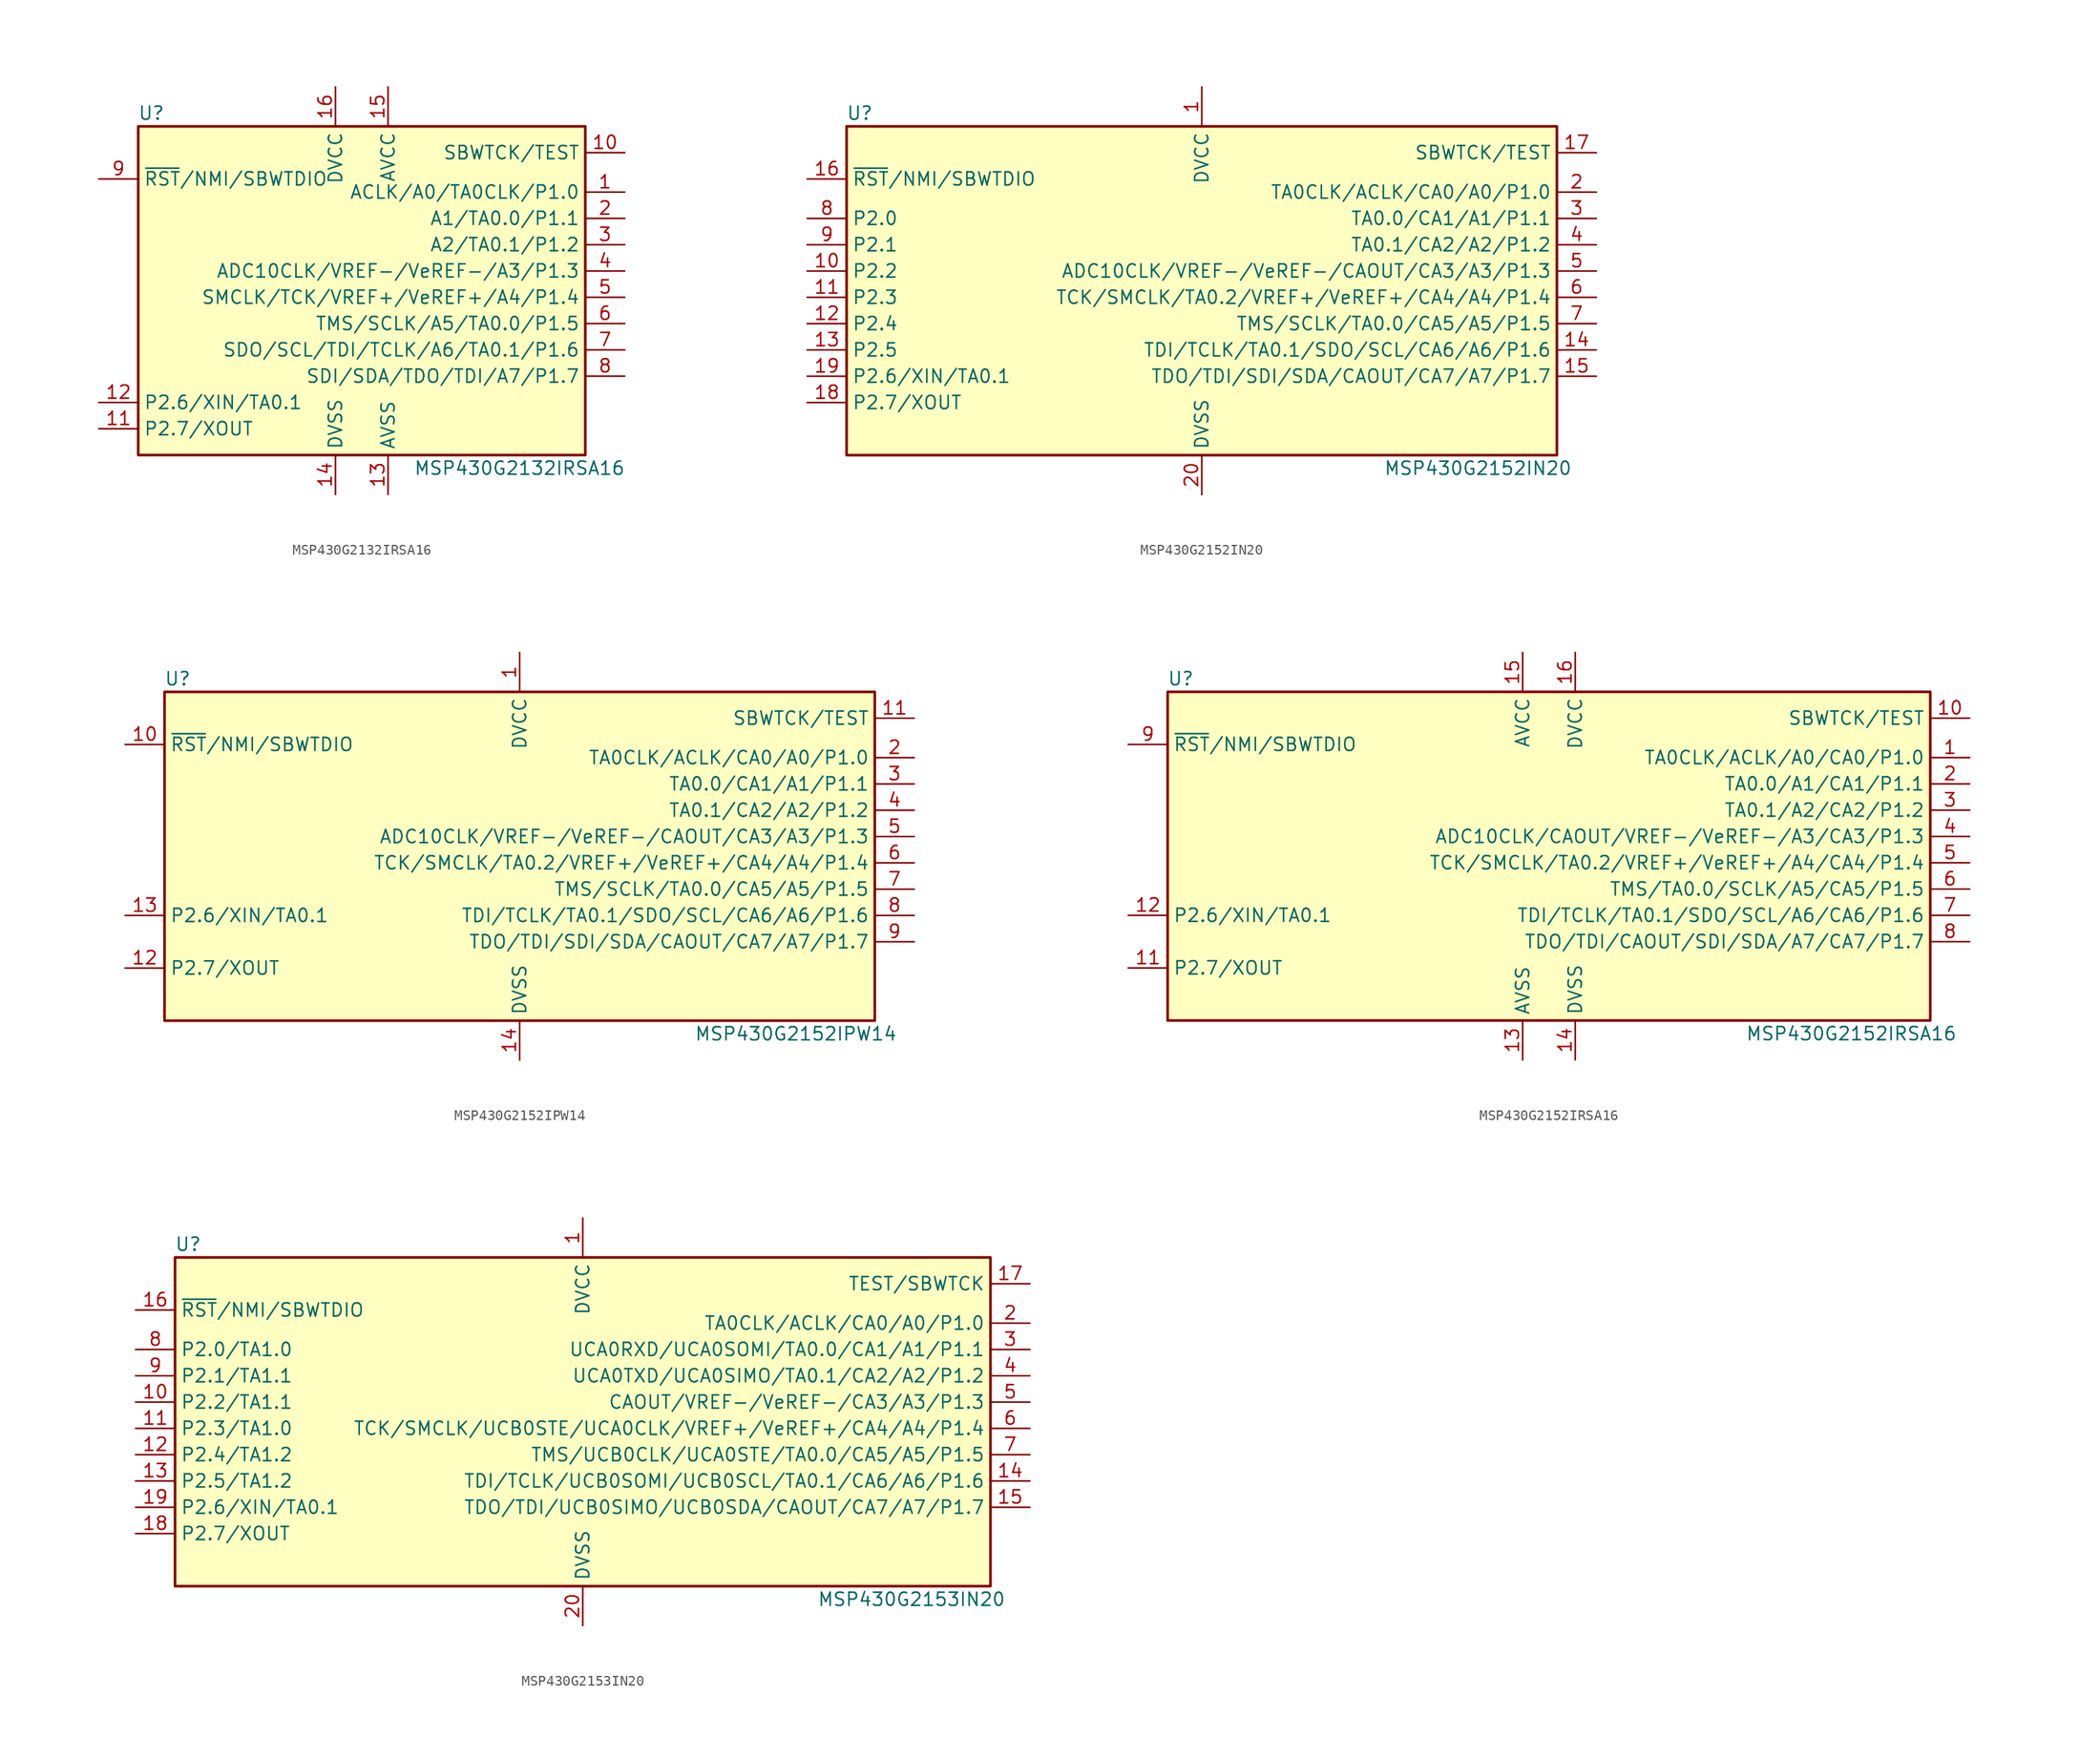
<source format=kicad_sym>
(kicad_symbol_lib
  (version 20211014)
  (generator kicad_symbol_editor)
  (symbol "MSP430G2132IRSA16"
    (property "Reference" "U"
      (at -20.32 17.78 0)
      (effects (font (size 1.27 1.27))))
    (property "Value" "MSP430G2132IRSA16"
      (at 15.24 -16.51 0)
      (effects (font (size 1.27 1.27))))
    (symbol "MSP430G2132IRSA16_0_1"
      (rectangle (start -21.59 16.51) (end 21.59 -15.24) (stroke (width 0.254) (type default) (color 0 0 0 0)) (fill (type background))))
    (symbol "MSP430G2132IRSA16_1_1"
      (pin bidirectional line (at 25.4 10.16 180) (length 3.81) (name "ACLK/A0/TA0CLK/P1.0" (effects (font (size 1.27 1.27)))) (number "1" (effects (font (size 1.27 1.27)))))
      (pin input line (at 25.4 13.97 180) (length 3.81) (name "SBWTCK/TEST" (effects (font (size 1.27 1.27)))) (number "10" (effects (font (size 1.27 1.27)))))
      (pin bidirectional line (at -25.4 -12.7 0) (length 3.81) (name "P2.7/XOUT" (effects (font (size 1.27 1.27)))) (number "11" (effects (font (size 1.27 1.27)))))
      (pin bidirectional line (at -25.4 -10.16 0) (length 3.81) (name "P2.6/XIN/TA0.1" (effects (font (size 1.27 1.27)))) (number "12" (effects (font (size 1.27 1.27)))))
      (pin power_in line (at 2.54 -19.05 90) (length 3.81) (name "AVSS" (effects (font (size 1.27 1.27)))) (number "13" (effects (font (size 1.27 1.27)))))
      (pin power_in line (at -2.54 -19.05 90) (length 3.81) (name "DVSS" (effects (font (size 1.27 1.27)))) (number "14" (effects (font (size 1.27 1.27)))))
      (pin power_in line (at 2.54 20.32 270) (length 3.81) (name "AVCC" (effects (font (size 1.27 1.27)))) (number "15" (effects (font (size 1.27 1.27)))))
      (pin power_in line (at -2.54 20.32 270) (length 3.81) (name "DVCC" (effects (font (size 1.27 1.27)))) (number "16" (effects (font (size 1.27 1.27)))))
      (pin bidirectional line (at 25.4 7.62 180) (length 3.81) (name "A1/TA0.0/P1.1" (effects (font (size 1.27 1.27)))) (number "2" (effects (font (size 1.27 1.27)))))
      (pin bidirectional line (at 25.4 5.08 180) (length 3.81) (name "A2/TA0.1/P1.2" (effects (font (size 1.27 1.27)))) (number "3" (effects (font (size 1.27 1.27)))))
      (pin bidirectional line (at 25.4 2.54 180) (length 3.81) (name "ADC10CLK/VREF-/VeREF-/A3/P1.3" (effects (font (size 1.27 1.27)))) (number "4" (effects (font (size 1.27 1.27)))))
      (pin bidirectional line (at 25.4 0 180) (length 3.81) (name "SMCLK/TCK/VREF+/VeREF+/A4/P1.4" (effects (font (size 1.27 1.27)))) (number "5" (effects (font (size 1.27 1.27)))))
      (pin bidirectional line (at 25.4 -2.54 180) (length 3.81) (name "TMS/SCLK/A5/TA0.0/P1.5" (effects (font (size 1.27 1.27)))) (number "6" (effects (font (size 1.27 1.27)))))
      (pin bidirectional line (at 25.4 -5.08 180) (length 3.81) (name "SDO/SCL/TDI/TCLK/A6/TA0.1/P1.6" (effects (font (size 1.27 1.27)))) (number "7" (effects (font (size 1.27 1.27)))))
      (pin bidirectional line (at 25.4 -7.62 180) (length 3.81) (name "SDI/SDA/TDO/TDI/A7/P1.7" (effects (font (size 1.27 1.27)))) (number "8" (effects (font (size 1.27 1.27)))))
      (pin input line (at -25.4 11.43 0) (length 3.81) (name "~{RST}/NMI/SBWTDIO" (effects (font (size 1.27 1.27)))) (number "9" (effects (font (size 1.27 1.27)))))))
  (symbol "MSP430G2152IN20"
    (property "Reference" "U"
      (at -33.02 17.78 0)
      (effects (font (size 1.27 1.27))))
    (property "Value" "MSP430G2152IN20"
      (at 26.67 -16.51 0)
      (effects (font (size 1.27 1.27))))
    (symbol "MSP430G2152IN20_0_1"
      (rectangle (start -34.29 16.51) (end 34.29 -15.24) (stroke (width 0.254) (type default) (color 0 0 0 0)) (fill (type background))))
    (symbol "MSP430G2152IN20_1_1"
      (pin power_in line (at 0 20.32 270) (length 3.81) (name "DVCC" (effects (font (size 1.27 1.27)))) (number "1" (effects (font (size 1.27 1.27)))))
      (pin bidirectional line (at -38.1 2.54 0) (length 3.81) (name "P2.2" (effects (font (size 1.27 1.27)))) (number "10" (effects (font (size 1.27 1.27)))))
      (pin bidirectional line (at -38.1 0 0) (length 3.81) (name "P2.3" (effects (font (size 1.27 1.27)))) (number "11" (effects (font (size 1.27 1.27)))))
      (pin bidirectional line (at -38.1 -2.54 0) (length 3.81) (name "P2.4" (effects (font (size 1.27 1.27)))) (number "12" (effects (font (size 1.27 1.27)))))
      (pin bidirectional line (at -38.1 -5.08 0) (length 3.81) (name "P2.5" (effects (font (size 1.27 1.27)))) (number "13" (effects (font (size 1.27 1.27)))))
      (pin bidirectional line (at 38.1 -5.08 180) (length 3.81) (name "TDI/TCLK/TA0.1/SDO/SCL/CA6/A6/P1.6" (effects (font (size 1.27 1.27)))) (number "14" (effects (font (size 1.27 1.27)))))
      (pin bidirectional line (at 38.1 -7.62 180) (length 3.81) (name "TDO/TDI/SDI/SDA/CAOUT/CA7/A7/P1.7" (effects (font (size 1.27 1.27)))) (number "15" (effects (font (size 1.27 1.27)))))
      (pin input line (at -38.1 11.43 0) (length 3.81) (name "~{RST}/NMI/SBWTDIO" (effects (font (size 1.27 1.27)))) (number "16" (effects (font (size 1.27 1.27)))))
      (pin input line (at 38.1 13.97 180) (length 3.81) (name "SBWTCK/TEST" (effects (font (size 1.27 1.27)))) (number "17" (effects (font (size 1.27 1.27)))))
      (pin bidirectional line (at -38.1 -10.16 0) (length 3.81) (name "P2.7/XOUT" (effects (font (size 1.27 1.27)))) (number "18" (effects (font (size 1.27 1.27)))))
      (pin bidirectional line (at -38.1 -7.62 0) (length 3.81) (name "P2.6/XIN/TA0.1" (effects (font (size 1.27 1.27)))) (number "19" (effects (font (size 1.27 1.27)))))
      (pin bidirectional line (at 38.1 10.16 180) (length 3.81) (name "TA0CLK/ACLK/CA0/A0/P1.0" (effects (font (size 1.27 1.27)))) (number "2" (effects (font (size 1.27 1.27)))))
      (pin power_in line (at 0 -19.05 90) (length 3.81) (name "DVSS" (effects (font (size 1.27 1.27)))) (number "20" (effects (font (size 1.27 1.27)))))
      (pin bidirectional line (at 38.1 7.62 180) (length 3.81) (name "TA0.0/CA1/A1/P1.1" (effects (font (size 1.27 1.27)))) (number "3" (effects (font (size 1.27 1.27)))))
      (pin bidirectional line (at 38.1 5.08 180) (length 3.81) (name "TA0.1/CA2/A2/P1.2" (effects (font (size 1.27 1.27)))) (number "4" (effects (font (size 1.27 1.27)))))
      (pin bidirectional line (at 38.1 2.54 180) (length 3.81) (name "ADC10CLK/VREF-/VeREF-/CAOUT/CA3/A3/P1.3" (effects (font (size 1.27 1.27)))) (number "5" (effects (font (size 1.27 1.27)))))
      (pin bidirectional line (at 38.1 0 180) (length 3.81) (name "TCK/SMCLK/TA0.2/VREF+/VeREF+/CA4/A4/P1.4" (effects (font (size 1.27 1.27)))) (number "6" (effects (font (size 1.27 1.27)))))
      (pin bidirectional line (at 38.1 -2.54 180) (length 3.81) (name "TMS/SCLK/TA0.0/CA5/A5/P1.5" (effects (font (size 1.27 1.27)))) (number "7" (effects (font (size 1.27 1.27)))))
      (pin bidirectional line (at -38.1 7.62 0) (length 3.81) (name "P2.0" (effects (font (size 1.27 1.27)))) (number "8" (effects (font (size 1.27 1.27)))))
      (pin bidirectional line (at -38.1 5.08 0) (length 3.81) (name "P2.1" (effects (font (size 1.27 1.27)))) (number "9" (effects (font (size 1.27 1.27)))))))
  (symbol "MSP430G2152IPW14"
    (property "Reference" "U"
      (at -33.02 17.78 0)
      (effects (font (size 1.27 1.27))))
    (property "Value" "MSP430G2152IPW14"
      (at 26.67 -16.51 0)
      (effects (font (size 1.27 1.27))))
    (symbol "MSP430G2152IPW14_0_1"
      (rectangle (start -34.29 16.51) (end 34.29 -15.24) (stroke (width 0.254) (type default) (color 0 0 0 0)) (fill (type background))))
    (symbol "MSP430G2152IPW14_1_1"
      (pin power_in line (at 0 20.32 270) (length 3.81) (name "DVCC" (effects (font (size 1.27 1.27)))) (number "1" (effects (font (size 1.27 1.27)))))
      (pin input line (at -38.1 11.43 0) (length 3.81) (name "~{RST}/NMI/SBWTDIO" (effects (font (size 1.27 1.27)))) (number "10" (effects (font (size 1.27 1.27)))))
      (pin input line (at 38.1 13.97 180) (length 3.81) (name "SBWTCK/TEST" (effects (font (size 1.27 1.27)))) (number "11" (effects (font (size 1.27 1.27)))))
      (pin bidirectional line (at -38.1 -10.16 0) (length 3.81) (name "P2.7/XOUT" (effects (font (size 1.27 1.27)))) (number "12" (effects (font (size 1.27 1.27)))))
      (pin bidirectional line (at -38.1 -5.08 0) (length 3.81) (name "P2.6/XIN/TA0.1" (effects (font (size 1.27 1.27)))) (number "13" (effects (font (size 1.27 1.27)))))
      (pin power_in line (at 0 -19.05 90) (length 3.81) (name "DVSS" (effects (font (size 1.27 1.27)))) (number "14" (effects (font (size 1.27 1.27)))))
      (pin bidirectional line (at 38.1 10.16 180) (length 3.81) (name "TA0CLK/ACLK/CA0/A0/P1.0" (effects (font (size 1.27 1.27)))) (number "2" (effects (font (size 1.27 1.27)))))
      (pin bidirectional line (at 38.1 7.62 180) (length 3.81) (name "TA0.0/CA1/A1/P1.1" (effects (font (size 1.27 1.27)))) (number "3" (effects (font (size 1.27 1.27)))))
      (pin bidirectional line (at 38.1 5.08 180) (length 3.81) (name "TA0.1/CA2/A2/P1.2" (effects (font (size 1.27 1.27)))) (number "4" (effects (font (size 1.27 1.27)))))
      (pin bidirectional line (at 38.1 2.54 180) (length 3.81) (name "ADC10CLK/VREF-/VeREF-/CAOUT/CA3/A3/P1.3" (effects (font (size 1.27 1.27)))) (number "5" (effects (font (size 1.27 1.27)))))
      (pin bidirectional line (at 38.1 0 180) (length 3.81) (name "TCK/SMCLK/TA0.2/VREF+/VeREF+/CA4/A4/P1.4" (effects (font (size 1.27 1.27)))) (number "6" (effects (font (size 1.27 1.27)))))
      (pin bidirectional line (at 38.1 -2.54 180) (length 3.81) (name "TMS/SCLK/TA0.0/CA5/A5/P1.5" (effects (font (size 1.27 1.27)))) (number "7" (effects (font (size 1.27 1.27)))))
      (pin bidirectional line (at 38.1 -5.08 180) (length 3.81) (name "TDI/TCLK/TA0.1/SDO/SCL/CA6/A6/P1.6" (effects (font (size 1.27 1.27)))) (number "8" (effects (font (size 1.27 1.27)))))
      (pin bidirectional line (at 38.1 -7.62 180) (length 3.81) (name "TDO/TDI/SDI/SDA/CAOUT/CA7/A7/P1.7" (effects (font (size 1.27 1.27)))) (number "9" (effects (font (size 1.27 1.27)))))))
  (symbol "MSP430G2152IRSA16"
    (property "Reference" "U"
      (at -35.56 17.78 0)
      (effects (font (size 1.27 1.27))))
    (property "Value" "MSP430G2152IRSA16"
      (at 29.21 -16.51 0)
      (effects (font (size 1.27 1.27))))
    (symbol "MSP430G2152IRSA16_0_1"
      (rectangle (start -36.83 16.51) (end 36.83 -15.24) (stroke (width 0.254) (type default) (color 0 0 0 0)) (fill (type background))))
    (symbol "MSP430G2152IRSA16_1_1"
      (pin bidirectional line (at 40.64 10.16 180) (length 3.81) (name "TA0CLK/ACLK/A0/CA0/P1.0" (effects (font (size 1.27 1.27)))) (number "1" (effects (font (size 1.27 1.27)))))
      (pin input line (at 40.64 13.97 180) (length 3.81) (name "SBWTCK/TEST" (effects (font (size 1.27 1.27)))) (number "10" (effects (font (size 1.27 1.27)))))
      (pin bidirectional line (at -40.64 -10.16 0) (length 3.81) (name "P2.7/XOUT" (effects (font (size 1.27 1.27)))) (number "11" (effects (font (size 1.27 1.27)))))
      (pin bidirectional line (at -40.64 -5.08 0) (length 3.81) (name "P2.6/XIN/TA0.1" (effects (font (size 1.27 1.27)))) (number "12" (effects (font (size 1.27 1.27)))))
      (pin power_in line (at -2.54 -19.05 90) (length 3.81) (name "AVSS" (effects (font (size 1.27 1.27)))) (number "13" (effects (font (size 1.27 1.27)))))
      (pin power_in line (at 2.54 -19.05 90) (length 3.81) (name "DVSS" (effects (font (size 1.27 1.27)))) (number "14" (effects (font (size 1.27 1.27)))))
      (pin power_in line (at -2.54 20.32 270) (length 3.81) (name "AVCC" (effects (font (size 1.27 1.27)))) (number "15" (effects (font (size 1.27 1.27)))))
      (pin power_in line (at 2.54 20.32 270) (length 3.81) (name "DVCC" (effects (font (size 1.27 1.27)))) (number "16" (effects (font (size 1.27 1.27)))))
      (pin bidirectional line (at 40.64 7.62 180) (length 3.81) (name "TA0.0/A1/CA1/P1.1" (effects (font (size 1.27 1.27)))) (number "2" (effects (font (size 1.27 1.27)))))
      (pin bidirectional line (at 40.64 5.08 180) (length 3.81) (name "TA0.1/A2/CA2/P1.2" (effects (font (size 1.27 1.27)))) (number "3" (effects (font (size 1.27 1.27)))))
      (pin bidirectional line (at 40.64 2.54 180) (length 3.81) (name "ADC10CLK/CAOUT/VREF-/VeREF-/A3/CA3/P1.3" (effects (font (size 1.27 1.27)))) (number "4" (effects (font (size 1.27 1.27)))))
      (pin bidirectional line (at 40.64 0 180) (length 3.81) (name "TCK/SMCLK/TA0.2/VREF+/VeREF+/A4/CA4/P1.4" (effects (font (size 1.27 1.27)))) (number "5" (effects (font (size 1.27 1.27)))))
      (pin bidirectional line (at 40.64 -2.54 180) (length 3.81) (name "TMS/TA0.0/SCLK/A5/CA5/P1.5" (effects (font (size 1.27 1.27)))) (number "6" (effects (font (size 1.27 1.27)))))
      (pin bidirectional line (at 40.64 -5.08 180) (length 3.81) (name "TDI/TCLK/TA0.1/SDO/SCL/A6/CA6/P1.6" (effects (font (size 1.27 1.27)))) (number "7" (effects (font (size 1.27 1.27)))))
      (pin bidirectional line (at 40.64 -7.62 180) (length 3.81) (name "TDO/TDI/CAOUT/SDI/SDA/A7/CA7/P1.7" (effects (font (size 1.27 1.27)))) (number "8" (effects (font (size 1.27 1.27)))))
      (pin input line (at -40.64 11.43 0) (length 3.81) (name "~{RST}/NMI/SBWTDIO" (effects (font (size 1.27 1.27)))) (number "9" (effects (font (size 1.27 1.27)))))))
  (symbol "MSP430G2153IN20"
    (property "Reference" "U"
      (at -38.1 17.78 0)
      (effects (font (size 1.27 1.27))))
    (property "Value" "MSP430G2153IN20"
      (at 31.75 -16.51 0)
      (effects (font (size 1.27 1.27))))
    (symbol "MSP430G2153IN20_0_1"
      (rectangle (start -39.37 16.51) (end 39.37 -15.24) (stroke (width 0.254) (type default) (color 0 0 0 0)) (fill (type background))))
    (symbol "MSP430G2153IN20_1_1"
      (pin power_in line (at 0 20.32 270) (length 3.81) (name "DVCC" (effects (font (size 1.27 1.27)))) (number "1" (effects (font (size 1.27 1.27)))))
      (pin bidirectional line (at -43.18 2.54 0) (length 3.81) (name "P2.2/TA1.1" (effects (font (size 1.27 1.27)))) (number "10" (effects (font (size 1.27 1.27)))))
      (pin bidirectional line (at -43.18 0 0) (length 3.81) (name "P2.3/TA1.0" (effects (font (size 1.27 1.27)))) (number "11" (effects (font (size 1.27 1.27)))))
      (pin bidirectional line (at -43.18 -2.54 0) (length 3.81) (name "P2.4/TA1.2" (effects (font (size 1.27 1.27)))) (number "12" (effects (font (size 1.27 1.27)))))
      (pin bidirectional line (at -43.18 -5.08 0) (length 3.81) (name "P2.5/TA1.2" (effects (font (size 1.27 1.27)))) (number "13" (effects (font (size 1.27 1.27)))))
      (pin bidirectional line (at 43.18 -5.08 180) (length 3.81) (name "TDI/TCLK/UCB0SOMI/UCB0SCL/TA0.1/CA6/A6/P1.6" (effects (font (size 1.27 1.27)))) (number "14" (effects (font (size 1.27 1.27)))))
      (pin bidirectional line (at 43.18 -7.62 180) (length 3.81) (name "TDO/TDI/UCB0SIMO/UCB0SDA/CAOUT/CA7/A7/P1.7" (effects (font (size 1.27 1.27)))) (number "15" (effects (font (size 1.27 1.27)))))
      (pin input line (at -43.18 11.43 0) (length 3.81) (name "~{RST}/NMI/SBWTDIO" (effects (font (size 1.27 1.27)))) (number "16" (effects (font (size 1.27 1.27)))))
      (pin input line (at 43.18 13.97 180) (length 3.81) (name "TEST/SBWTCK" (effects (font (size 1.27 1.27)))) (number "17" (effects (font (size 1.27 1.27)))))
      (pin bidirectional line (at -43.18 -10.16 0) (length 3.81) (name "P2.7/XOUT" (effects (font (size 1.27 1.27)))) (number "18" (effects (font (size 1.27 1.27)))))
      (pin bidirectional line (at -43.18 -7.62 0) (length 3.81) (name "P2.6/XIN/TA0.1" (effects (font (size 1.27 1.27)))) (number "19" (effects (font (size 1.27 1.27)))))
      (pin bidirectional line (at 43.18 10.16 180) (length 3.81) (name "TA0CLK/ACLK/CA0/A0/P1.0" (effects (font (size 1.27 1.27)))) (number "2" (effects (font (size 1.27 1.27)))))
      (pin power_in line (at 0 -19.05 90) (length 3.81) (name "DVSS" (effects (font (size 1.27 1.27)))) (number "20" (effects (font (size 1.27 1.27)))))
      (pin bidirectional line (at 43.18 7.62 180) (length 3.81) (name "UCA0RXD/UCA0SOMI/TA0.0/CA1/A1/P1.1" (effects (font (size 1.27 1.27)))) (number "3" (effects (font (size 1.27 1.27)))))
      (pin bidirectional line (at 43.18 5.08 180) (length 3.81) (name "UCA0TXD/UCA0SIMO/TA0.1/CA2/A2/P1.2" (effects (font (size 1.27 1.27)))) (number "4" (effects (font (size 1.27 1.27)))))
      (pin bidirectional line (at 43.18 2.54 180) (length 3.81) (name "CAOUT/VREF-/VeREF-/CA3/A3/P1.3" (effects (font (size 1.27 1.27)))) (number "5" (effects (font (size 1.27 1.27)))))
      (pin bidirectional line (at 43.18 0 180) (length 3.81) (name "TCK/SMCLK/UCB0STE/UCA0CLK/VREF+/VeREF+/CA4/A4/P1.4" (effects (font (size 1.27 1.27)))) (number "6" (effects (font (size 1.27 1.27)))))
      (pin bidirectional line (at 43.18 -2.54 180) (length 3.81) (name "TMS/UCB0CLK/UCA0STE/TA0.0/CA5/A5/P1.5" (effects (font (size 1.27 1.27)))) (number "7" (effects (font (size 1.27 1.27)))))
      (pin bidirectional line (at -43.18 7.62 0) (length 3.81) (name "P2.0/TA1.0" (effects (font (size 1.27 1.27)))) (number "8" (effects (font (size 1.27 1.27)))))
      (pin bidirectional line (at -43.18 5.08 0) (length 3.81) (name "P2.1/TA1.1" (effects (font (size 1.27 1.27)))) (number "9" (effects (font (size 1.27 1.27))))))))
</source>
